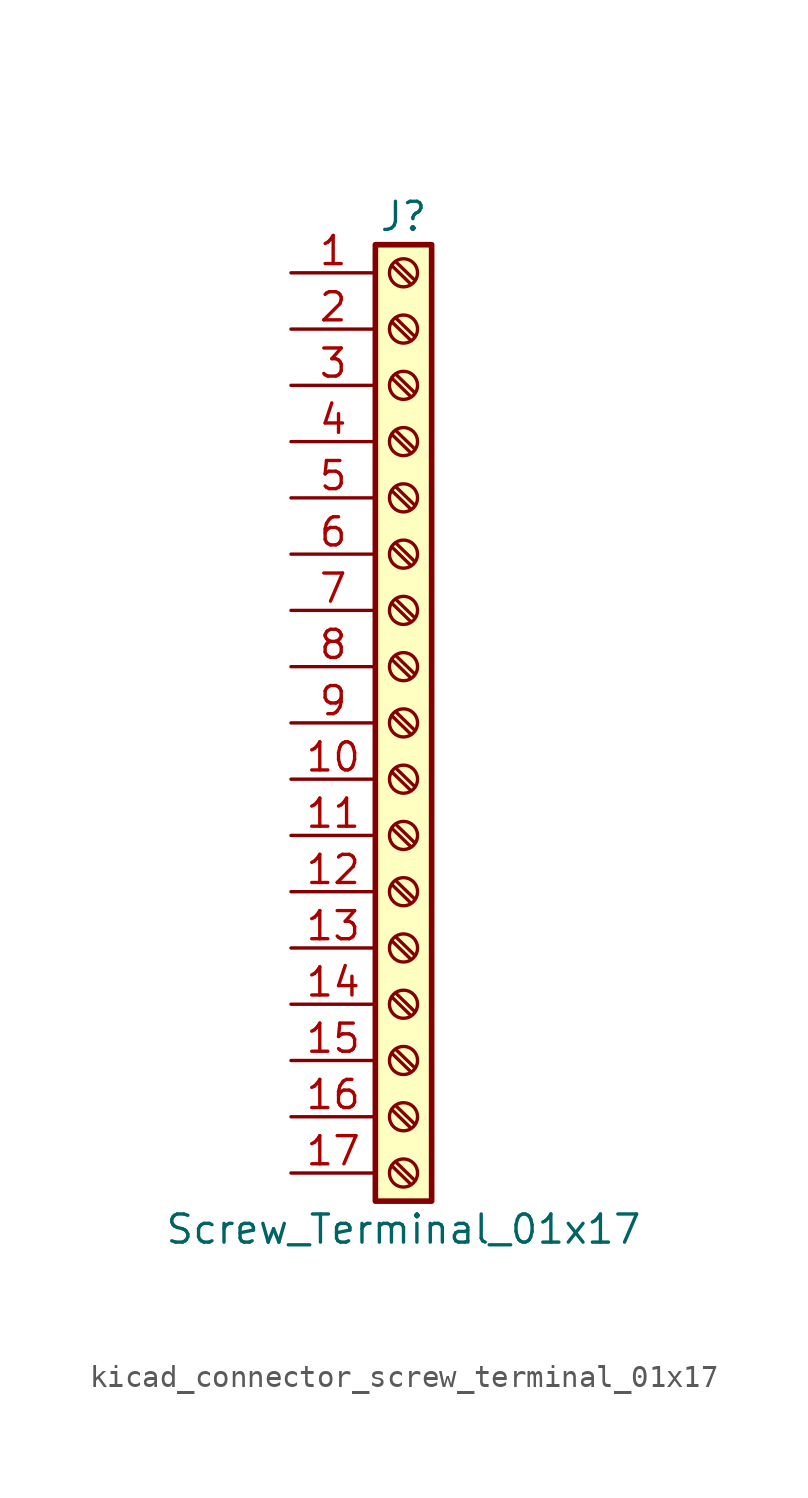
<source format=kicad_sym>
(kicad_symbol_lib
  (version 20220914)
  (generator kicad_symbol_editor)
  (symbol "kicad_connector_screw_terminal_01x17"
    (pin_names
      (offset 1.016) hide)
    (property "Reference" "J"
      (at 0 22.86 0)
      (effects (font (size 1.27 1.27))))
    (property "Value" "Screw_Terminal_01x17"
      (at 0 -22.86 0)
      (effects (font (size 1.27 1.27))))
    (symbol "kicad_connector_screw_terminal_01x17_1_1"
      (rectangle (start -1.27 21.59) (end 1.27 -21.59) (stroke (width 0.254) (type default)) (fill (type background)))
      (circle (center 0 -20.32) (radius 0.635) (stroke (width 0.152) (type default)) (fill (type none)))
      (circle (center 0 -17.78) (radius 0.635) (stroke (width 0.152) (type default)) (fill (type none)))
      (circle (center 0 -15.24) (radius 0.635) (stroke (width 0.152) (type default)) (fill (type none)))
      (circle (center 0 -12.7) (radius 0.635) (stroke (width 0.152) (type default)) (fill (type none)))
      (circle (center 0 -10.16) (radius 0.635) (stroke (width 0.152) (type default)) (fill (type none)))
      (circle (center 0 -7.62) (radius 0.635) (stroke (width 0.152) (type default)) (fill (type none)))
      (circle (center 0 -5.08) (radius 0.635) (stroke (width 0.152) (type default)) (fill (type none)))
      (circle (center 0 -2.54) (radius 0.635) (stroke (width 0.152) (type default)) (fill (type none)))
      (polyline (pts (xy -0.533 -19.99) (xy 0.33 -20.828)) (stroke (width 0.152) (type default)) (fill (type none)))
      (polyline (pts (xy -0.533 -17.45) (xy 0.33 -18.288)) (stroke (width 0.152) (type default)) (fill (type none)))
      (polyline (pts (xy -0.533 -14.91) (xy 0.33 -15.748)) (stroke (width 0.152) (type default)) (fill (type none)))
      (polyline (pts (xy -0.533 -12.37) (xy 0.33 -13.208)) (stroke (width 0.152) (type default)) (fill (type none)))
      (polyline (pts (xy -0.533 -9.83) (xy 0.33 -10.668)) (stroke (width 0.152) (type default)) (fill (type none)))
      (polyline (pts (xy -0.533 -7.29) (xy 0.33 -8.128)) (stroke (width 0.152) (type default)) (fill (type none)))
      (polyline (pts (xy -0.533 -4.75) (xy 0.33 -5.588)) (stroke (width 0.152) (type default)) (fill (type none)))
      (polyline (pts (xy -0.533 -2.21) (xy 0.33 -3.048)) (stroke (width 0.152) (type default)) (fill (type none)))
      (polyline (pts (xy -0.533 0.33) (xy 0.33 -0.508)) (stroke (width 0.152) (type default)) (fill (type none)))
      (polyline (pts (xy -0.533 2.87) (xy 0.33 2.032)) (stroke (width 0.152) (type default)) (fill (type none)))
      (polyline (pts (xy -0.533 5.41) (xy 0.33 4.572)) (stroke (width 0.152) (type default)) (fill (type none)))
      (polyline (pts (xy -0.533 7.95) (xy 0.33 7.112)) (stroke (width 0.152) (type default)) (fill (type none)))
      (polyline (pts (xy -0.533 10.49) (xy 0.33 9.652)) (stroke (width 0.152) (type default)) (fill (type none)))
      (polyline (pts (xy -0.533 13.03) (xy 0.33 12.192)) (stroke (width 0.152) (type default)) (fill (type none)))
      (polyline (pts (xy -0.533 15.57) (xy 0.33 14.732)) (stroke (width 0.152) (type default)) (fill (type none)))
      (polyline (pts (xy -0.533 18.11) (xy 0.33 17.272)) (stroke (width 0.152) (type default)) (fill (type none)))
      (polyline (pts (xy -0.533 20.65) (xy 0.33 19.812)) (stroke (width 0.152) (type default)) (fill (type none)))
      (polyline (pts (xy -0.356 -19.812) (xy 0.508 -20.65)) (stroke (width 0.152) (type default)) (fill (type none)))
      (polyline (pts (xy -0.356 -17.272) (xy 0.508 -18.11)) (stroke (width 0.152) (type default)) (fill (type none)))
      (polyline (pts (xy -0.356 -14.732) (xy 0.508 -15.57)) (stroke (width 0.152) (type default)) (fill (type none)))
      (polyline (pts (xy -0.356 -12.192) (xy 0.508 -13.03)) (stroke (width 0.152) (type default)) (fill (type none)))
      (polyline (pts (xy -0.356 -9.652) (xy 0.508 -10.49)) (stroke (width 0.152) (type default)) (fill (type none)))
      (polyline (pts (xy -0.356 -7.112) (xy 0.508 -7.95)) (stroke (width 0.152) (type default)) (fill (type none)))
      (polyline (pts (xy -0.356 -4.572) (xy 0.508 -5.41)) (stroke (width 0.152) (type default)) (fill (type none)))
      (polyline (pts (xy -0.356 -2.032) (xy 0.508 -2.87)) (stroke (width 0.152) (type default)) (fill (type none)))
      (polyline (pts (xy -0.356 0.508) (xy 0.508 -0.33)) (stroke (width 0.152) (type default)) (fill (type none)))
      (polyline (pts (xy -0.356 3.048) (xy 0.508 2.21)) (stroke (width 0.152) (type default)) (fill (type none)))
      (polyline (pts (xy -0.356 5.588) (xy 0.508 4.75)) (stroke (width 0.152) (type default)) (fill (type none)))
      (polyline (pts (xy -0.356 8.128) (xy 0.508 7.29)) (stroke (width 0.152) (type default)) (fill (type none)))
      (polyline (pts (xy -0.356 10.668) (xy 0.508 9.83)) (stroke (width 0.152) (type default)) (fill (type none)))
      (polyline (pts (xy -0.356 13.208) (xy 0.508 12.37)) (stroke (width 0.152) (type default)) (fill (type none)))
      (polyline (pts (xy -0.356 15.748) (xy 0.508 14.91)) (stroke (width 0.152) (type default)) (fill (type none)))
      (polyline (pts (xy -0.356 18.288) (xy 0.508 17.45)) (stroke (width 0.152) (type default)) (fill (type none)))
      (polyline (pts (xy -0.356 20.828) (xy 0.508 19.99)) (stroke (width 0.152) (type default)) (fill (type none)))
      (circle (center 0 0) (radius 0.635) (stroke (width 0.152) (type default)) (fill (type none)))
      (circle (center 0 2.54) (radius 0.635) (stroke (width 0.152) (type default)) (fill (type none)))
      (circle (center 0 5.08) (radius 0.635) (stroke (width 0.152) (type default)) (fill (type none)))
      (circle (center 0 7.62) (radius 0.635) (stroke (width 0.152) (type default)) (fill (type none)))
      (circle (center 0 10.16) (radius 0.635) (stroke (width 0.152) (type default)) (fill (type none)))
      (circle (center 0 12.7) (radius 0.635) (stroke (width 0.152) (type default)) (fill (type none)))
      (circle (center 0 15.24) (radius 0.635) (stroke (width 0.152) (type default)) (fill (type none)))
      (circle (center 0 17.78) (radius 0.635) (stroke (width 0.152) (type default)) (fill (type none)))
      (circle (center 0 20.32) (radius 0.635) (stroke (width 0.152) (type default)) (fill (type none)))
      (pin passive line (at -5.08 20.32 0) (length 3.81) (name "Pin_1" (effects (font (size 1.27 1.27)))) (number "1" (effects (font (size 1.27 1.27)))))
      (pin passive line (at -5.08 -2.54 0) (length 3.81) (name "Pin_10" (effects (font (size 1.27 1.27)))) (number "10" (effects (font (size 1.27 1.27)))))
      (pin passive line (at -5.08 -5.08 0) (length 3.81) (name "Pin_11" (effects (font (size 1.27 1.27)))) (number "11" (effects (font (size 1.27 1.27)))))
      (pin passive line (at -5.08 -7.62 0) (length 3.81) (name "Pin_12" (effects (font (size 1.27 1.27)))) (number "12" (effects (font (size 1.27 1.27)))))
      (pin passive line (at -5.08 -10.16 0) (length 3.81) (name "Pin_13" (effects (font (size 1.27 1.27)))) (number "13" (effects (font (size 1.27 1.27)))))
      (pin passive line (at -5.08 -12.7 0) (length 3.81) (name "Pin_14" (effects (font (size 1.27 1.27)))) (number "14" (effects (font (size 1.27 1.27)))))
      (pin passive line (at -5.08 -15.24 0) (length 3.81) (name "Pin_15" (effects (font (size 1.27 1.27)))) (number "15" (effects (font (size 1.27 1.27)))))
      (pin passive line (at -5.08 -17.78 0) (length 3.81) (name "Pin_16" (effects (font (size 1.27 1.27)))) (number "16" (effects (font (size 1.27 1.27)))))
      (pin passive line (at -5.08 -20.32 0) (length 3.81) (name "Pin_17" (effects (font (size 1.27 1.27)))) (number "17" (effects (font (size 1.27 1.27)))))
      (pin passive line (at -5.08 17.78 0) (length 3.81) (name "Pin_2" (effects (font (size 1.27 1.27)))) (number "2" (effects (font (size 1.27 1.27)))))
      (pin passive line (at -5.08 15.24 0) (length 3.81) (name "Pin_3" (effects (font (size 1.27 1.27)))) (number "3" (effects (font (size 1.27 1.27)))))
      (pin passive line (at -5.08 12.7 0) (length 3.81) (name "Pin_4" (effects (font (size 1.27 1.27)))) (number "4" (effects (font (size 1.27 1.27)))))
      (pin passive line (at -5.08 10.16 0) (length 3.81) (name "Pin_5" (effects (font (size 1.27 1.27)))) (number "5" (effects (font (size 1.27 1.27)))))
      (pin passive line (at -5.08 7.62 0) (length 3.81) (name "Pin_6" (effects (font (size 1.27 1.27)))) (number "6" (effects (font (size 1.27 1.27)))))
      (pin passive line (at -5.08 5.08 0) (length 3.81) (name "Pin_7" (effects (font (size 1.27 1.27)))) (number "7" (effects (font (size 1.27 1.27)))))
      (pin passive line (at -5.08 2.54 0) (length 3.81) (name "Pin_8" (effects (font (size 1.27 1.27)))) (number "8" (effects (font (size 1.27 1.27)))))
      (pin passive line (at -5.08 0 0) (length 3.81) (name "Pin_9" (effects (font (size 1.27 1.27)))) (number "9" (effects (font (size 1.27 1.27))))))))
</source>
